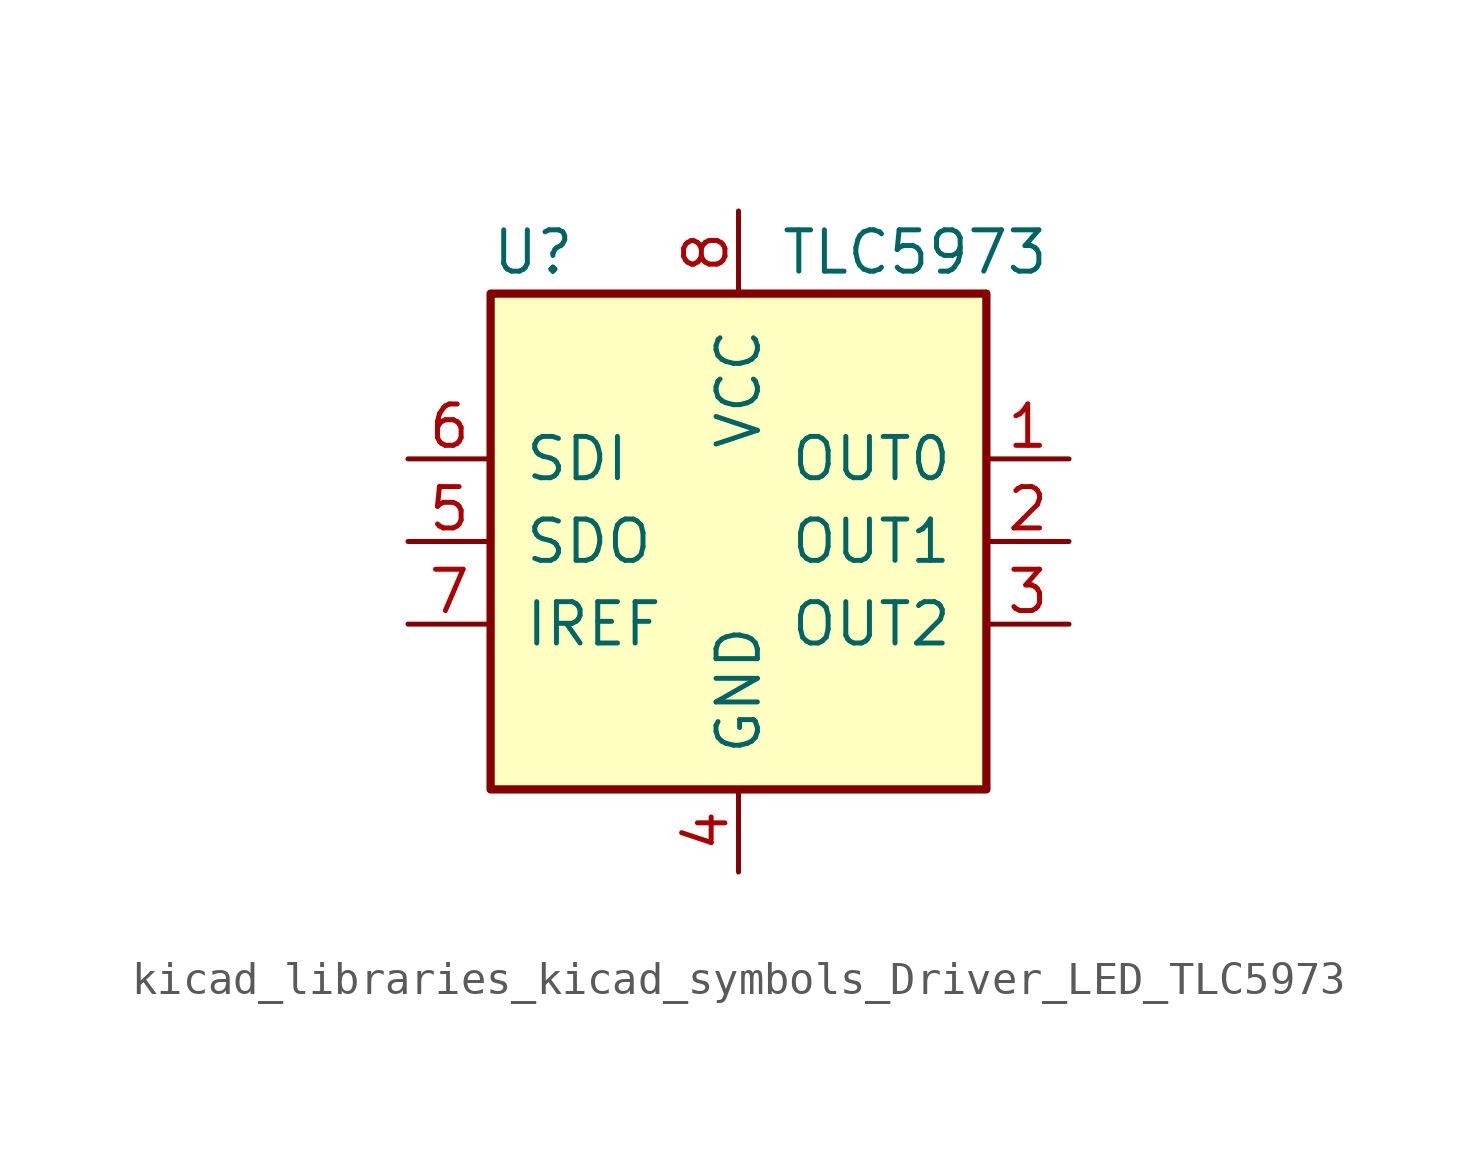
<source format=kicad_sym>
(kicad_symbol_lib
  (version 20220914)
  (generator kicad_symbol_editor)
  (symbol "kicad_libraries_kicad_symbols_Driver_LED_TLC5973"
    (pin_names
      (offset 1.016))
    (property "Reference" "U"
      (at -7.62 8.89 0)
      (effects (font (size 1.27 1.27)) (justify left)))
    (property "Value" "TLC5973"
      (at 1.27 8.89 0)
      (effects (font (size 1.27 1.27)) (justify left)))
    (symbol "kicad_libraries_kicad_symbols_Driver_LED_TLC5973_0_1"
      (rectangle (start -7.62 7.62) (end 7.62 -7.62) (stroke (width 0.254) (type default)) (fill (type background))))
    (symbol "kicad_libraries_kicad_symbols_Driver_LED_TLC5973_1_1"
      (pin output line (at 10.16 2.54 180) (length 2.54) (name "OUT0" (effects (font (size 1.27 1.27)))) (number "1" (effects (font (size 1.27 1.27)))))
      (pin output line (at 10.16 0 180) (length 2.54) (name "OUT1" (effects (font (size 1.27 1.27)))) (number "2" (effects (font (size 1.27 1.27)))))
      (pin output line (at 10.16 -2.54 180) (length 2.54) (name "OUT2" (effects (font (size 1.27 1.27)))) (number "3" (effects (font (size 1.27 1.27)))))
      (pin power_in line (at 0 -10.16 90) (length 2.54) (name "GND" (effects (font (size 1.27 1.27)))) (number "4" (effects (font (size 1.27 1.27)))))
      (pin output line (at -10.16 0 0) (length 2.54) (name "SDO" (effects (font (size 1.27 1.27)))) (number "5" (effects (font (size 1.27 1.27)))))
      (pin input line (at -10.16 2.54 0) (length 2.54) (name "SDI" (effects (font (size 1.27 1.27)))) (number "6" (effects (font (size 1.27 1.27)))))
      (pin bidirectional line (at -10.16 -2.54 0) (length 2.54) (name "IREF" (effects (font (size 1.27 1.27)))) (number "7" (effects (font (size 1.27 1.27)))))
      (pin power_in line (at 0 10.16 270) (length 2.54) (name "VCC" (effects (font (size 1.27 1.27)))) (number "8" (effects (font (size 1.27 1.27))))))))
</source>
